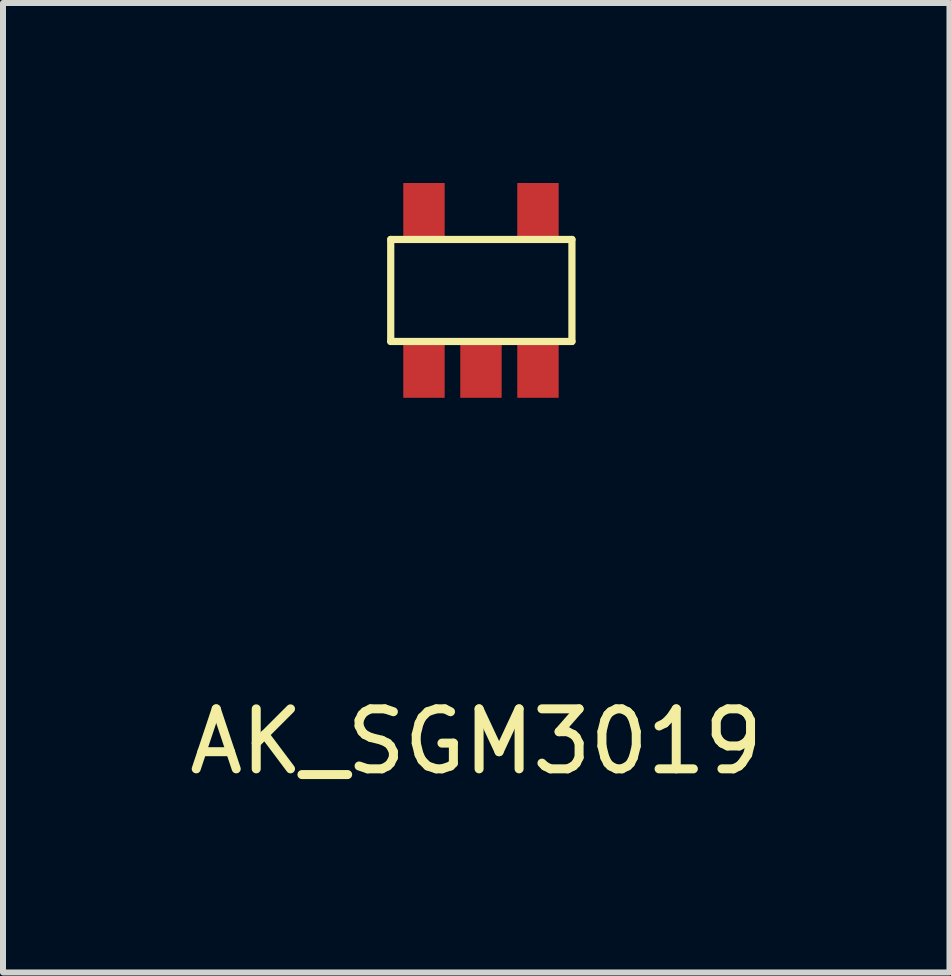
<source format=kicad_pcb>
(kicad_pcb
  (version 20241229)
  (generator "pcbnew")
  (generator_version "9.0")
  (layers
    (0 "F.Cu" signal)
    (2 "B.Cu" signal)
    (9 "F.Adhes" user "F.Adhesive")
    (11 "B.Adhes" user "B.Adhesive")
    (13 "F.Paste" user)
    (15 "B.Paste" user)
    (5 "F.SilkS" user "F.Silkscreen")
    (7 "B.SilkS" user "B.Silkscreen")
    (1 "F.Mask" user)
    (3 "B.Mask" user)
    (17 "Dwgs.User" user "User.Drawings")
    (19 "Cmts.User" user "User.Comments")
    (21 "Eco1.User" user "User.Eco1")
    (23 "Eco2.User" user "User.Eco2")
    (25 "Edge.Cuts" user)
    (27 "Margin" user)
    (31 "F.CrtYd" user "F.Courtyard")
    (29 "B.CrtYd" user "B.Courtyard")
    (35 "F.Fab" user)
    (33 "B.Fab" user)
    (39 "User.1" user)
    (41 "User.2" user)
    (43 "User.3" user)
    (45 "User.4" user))
  (footprint "AK_SGM3019"
    (layer "F.Cu")
    (at 4.996 1.722)
    (property "Reference" "AK_SGM3019" (at -0.109 7.587 0) (layer "F.SilkS") (effects (font (size 1 1) (thickness 0.15))))
    (attr through_hole)
    (fp_line (start -1.534 -0.781) (end -1.534 0.919) (stroke (width 0.12) (type solid)) (layer "F.SilkS"))
    (fp_line (start -1.534 -0.781) (end 1.486 -0.781) (stroke (width 0.12) (type solid)) (layer "F.SilkS"))
    (fp_line (start -1.534 0.919) (end 1.486 0.919) (stroke (width 0.12) (type solid)) (layer "F.SilkS"))
    (fp_line (start 1.486 -0.781) (end 1.486 0.919) (stroke (width 0.12) (type solid)) (layer "F.SilkS"))
    (pad "1" smd rect (at 0.92 1.363) (size 0.69 0.99) (layers "F.Cu" "F.Mask" "F.Paste"))
    (pad "2" smd rect (at -0.03 1.363) (size 0.69 0.99) (layers "F.Cu" "F.Mask" "F.Paste"))
    (pad "3" smd rect (at -0.98 1.363) (size 0.69 0.99) (layers "F.Cu" "F.Mask" "F.Paste"))
    (pad "4" smd rect (at -0.98 -1.227) (size 0.69 0.99) (layers "F.Cu" "F.Mask" "F.Paste"))
    (pad "5" smd rect (at 0.92 -1.227) (size 0.69 0.99) (layers "F.Cu" "F.Mask" "F.Paste")))
  (gr_rect
    (start -3 -3)
    (end 12.774 13.157)
    (stroke (width 0.1) (type default))
    (fill no)
    (layer "Edge.Cuts")))
</source>
